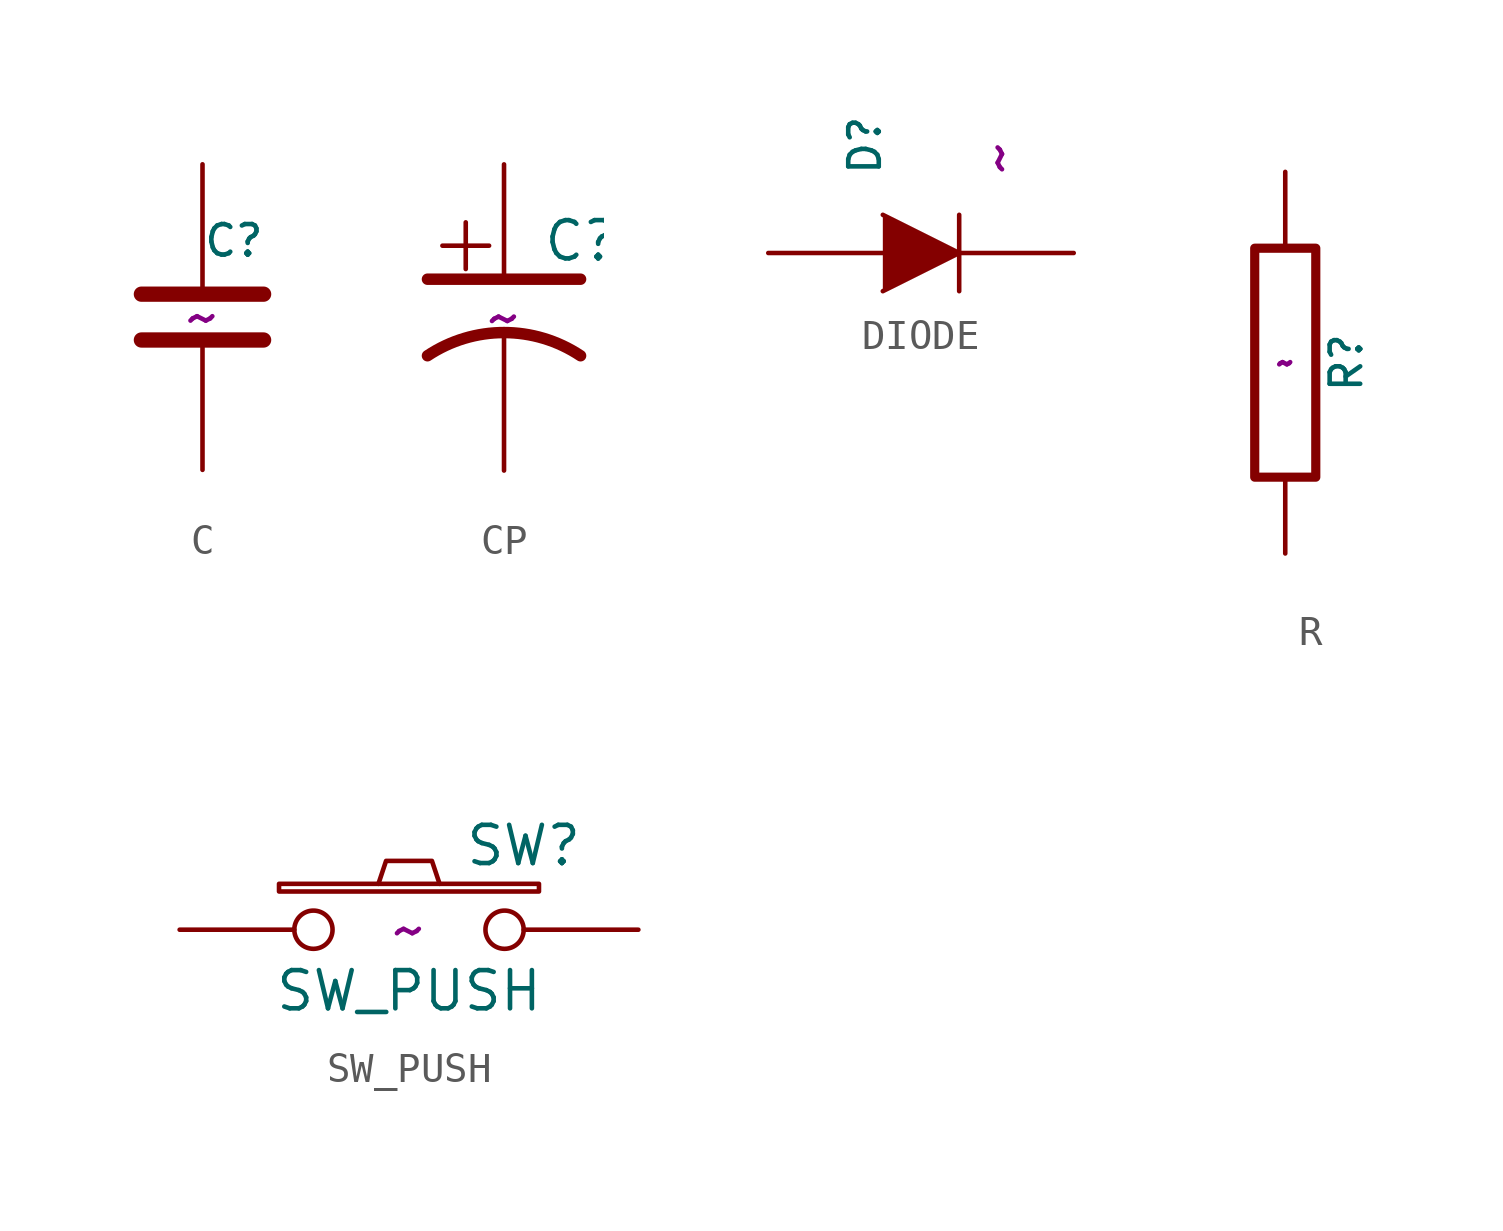
<source format=kicad_sym>
(kicad_symbol_lib
  (version 20231120)
  (generator "kicad_symbol_editor")
  (generator_version "8.0")
  (symbol "C"
    (pin_numbers hide)
    (pin_names
      (offset 0.254))
    (property "Reference" "C"
      (at 0 2.54 0)
      (effects (font (size 1.016 1.016)) (justify left)))
    (property "Value" ""
      (at 0.152 -2.159 0)
      (effects (font (size 1.016 1.016)) (justify left)))
    (property "Datasheet" "~"
      (at 0 0 0)
      (effects (font (size 1.524 1.524))))
    (symbol "C_0_1"
      (polyline (pts (xy -2.032 -0.762) (xy 2.032 -0.762)) (stroke (width 0.508) (type solid)) (fill (type none)))
      (polyline (pts (xy -2.032 0.762) (xy 2.032 0.762)) (stroke (width 0.508) (type solid)) (fill (type none))))
    (symbol "C_1_1"
      (pin passive line (at 0 5.08 270) (length 4.318) (name "~" (effects (font (size 1.016 1.016)))) (number "1" (effects (font (size 1.016 1.016)))))
      (pin passive line (at 0 -5.08 90) (length 4.318) (name "~" (effects (font (size 1.016 1.016)))) (number "2" (effects (font (size 1.016 1.016)))))))
  (symbol "CP"
    (pin_numbers hide)
    (pin_names
      (offset 0.254) hide)
    (property "Reference" "C"
      (at 1.27 2.54 0)
      (effects (font (size 1.27 1.27)) (justify left)))
    (property "Value" ""
      (at 1.27 -2.54 0)
      (effects (font (size 1.27 1.27)) (justify left)))
    (property "Datasheet" "~"
      (at 0 0 0)
      (effects (font (size 1.524 1.524))))
    (symbol "CP_0_0"
      (text "+" (at -1.27 2.54 0) (effects (font (size 2.032 2.032)))))
    (symbol "CP_0_1"
      (polyline (pts (xy -2.54 1.27) (xy 2.54 1.27) (xy 1.27 1.27) (xy 1.27 1.27)) (stroke (width 0.381) (type solid)) (fill (type none)))
      (arc (start 2.54 -1.27) (mid 0 -0.5009) (end -2.54 -1.27) (stroke (width 0.381) (type solid)) (fill (type none))))
    (symbol "CP_1_1"
      (pin passive line (at 0 5.08 270) (length 3.81) (name "~" (effects (font (size 1.016 1.016)))) (number "1" (effects (font (size 1.016 1.016)))))
      (pin passive line (at 0 -5.08 90) (length 4.572) (name "~" (effects (font (size 1.016 1.016)))) (number "2" (effects (font (size 1.016 1.016)))))))
  (symbol "DIODE"
    (pin_numbers hide)
    (pin_names
      (offset 1.016) hide)
    (property "Reference" "D"
      (at -1.867 2.54 90)
      (effects (font (size 1.016 1.016)) (justify left)))
    (property "Value" ""
      (at 0.673 2.54 90)
      (effects (font (size 1.016 1.016)) (justify left)))
    (property "Datasheet" "~"
      (at 2.578 2.54 90)
      (effects (font (size 1.524 1.524)) (justify left)))
    (symbol "DIODE_0_1"
      (polyline (pts (xy 1.27 1.27) (xy 1.27 -1.27)) (stroke (width 0.152) (type solid)) (fill (type none)))
      (polyline (pts (xy -1.27 1.27) (xy 1.27 0) (xy -1.27 -1.27)) (stroke (width 0) (type solid)) (fill (type outline))))
    (symbol "DIODE_1_1"
      (pin passive line (at -5.08 0 0) (length 3.81) (name "A" (effects (font (size 1.016 1.016)))) (number "1" (effects (font (size 1.016 1.016)))))
      (pin passive line (at 5.08 0 180) (length 3.81) (name "K" (effects (font (size 1.016 1.016)))) (number "2" (effects (font (size 1.016 1.016)))))))
  (symbol "R"
    (pin_numbers hide)
    (pin_names
      (offset 0))
    (property "Reference" "R"
      (at 2.032 0 90)
      (effects (font (size 1.016 1.016))))
    (property "Value" ""
      (at 0 0.254 90)
      (effects (font (size 1.016 1.016))))
    (property "Datasheet" "~"
      (at 0 0 0)
      (effects (font (size 0.762 0.762))))
    (symbol "R_0_1"
      (rectangle (start -1.016 3.81) (end 1.016 -3.81) (stroke (width 0.305) (type solid)) (fill (type none))))
    (symbol "R_1_1"
      (pin passive line (at 0 6.35 270) (length 2.54) (name "~" (effects (font (size 1.524 1.524)))) (number "1" (effects (font (size 1.524 1.524)))))
      (pin passive line (at 0 -6.35 90) (length 2.54) (name "~" (effects (font (size 1.524 1.524)))) (number "2" (effects (font (size 1.524 1.524)))))))
  (symbol "SW_PUSH"
    (pin_numbers hide)
    (pin_names
      (offset 1.016) hide)
    (property "Reference" "SW"
      (at 3.81 2.794 0)
      (effects (font (size 1.27 1.27))))
    (property "Value" "SW_PUSH"
      (at 0 -2.032 0)
      (effects (font (size 1.27 1.27))))
    (property "Datasheet" "~"
      (at 0 0 0)
      (effects (font (size 1.524 1.524))))
    (symbol "SW_PUSH_0_1"
      (rectangle (start -4.318 1.27) (end 4.318 1.524) (stroke (width 0) (type solid)) (fill (type none)))
      (polyline (pts (xy -1.016 1.524) (xy -0.762 2.286) (xy 0.762 2.286) (xy 1.016 1.524)) (stroke (width 0) (type solid)) (fill (type none)))
      (pin passive inverted (at -7.62 0 0) (length 5.08) (name "1" (effects (font (size 1.524 1.524)))) (number "1" (effects (font (size 1.524 1.524)))))
      (pin passive inverted (at 7.62 0 180) (length 5.08) (name "2" (effects (font (size 1.524 1.524)))) (number "2" (effects (font (size 1.524 1.524))))))))
</source>
